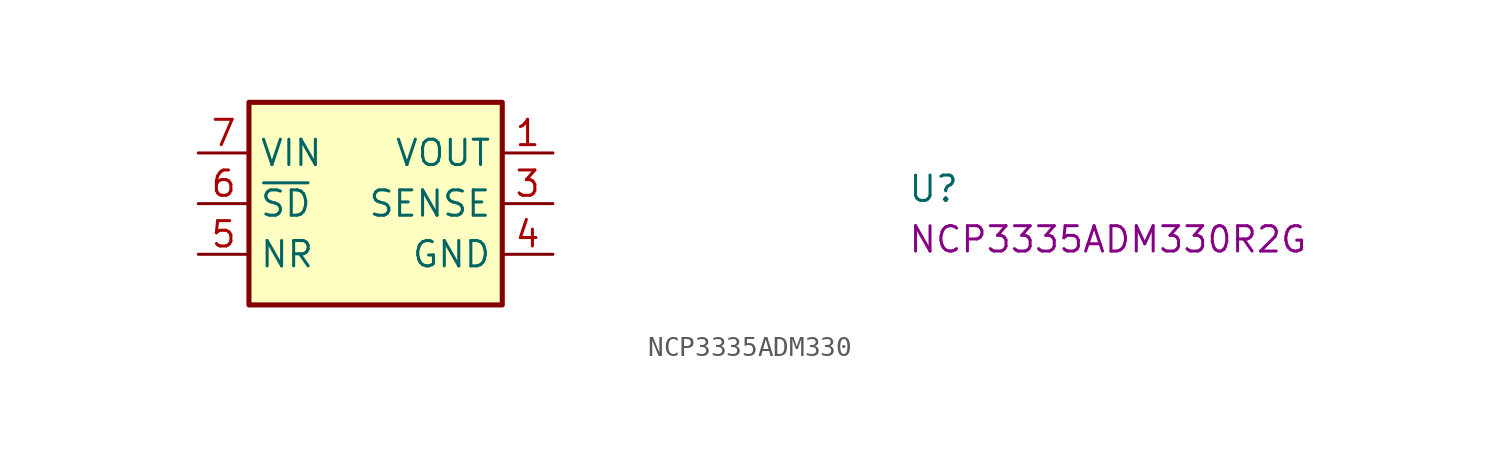
<source format=kicad_sym>
(kicad_symbol_lib
  (version 20220914)
  (generator kicad_symbol_editor)
  (symbol "NCP3335ADM330"
    (property "Reference" "U"
      (at 35.56 -2.54 0)
      (effects (font (size 1.27 1.27) (thickness 0.15)) (justify left bottom)))
    (property "MPN" "NCP3335ADM330R2G"
      (at 35.56 -5.08 0)
      (effects (font (size 1.27 1.27) (thickness 0.15)) (justify left bottom)))
    (symbol "NCP3335ADM330_1_1"
      (rectangle (start 2.54 2.54) (end 15.24 -7.62) (stroke (width 0.254) (type default)) (fill (type background)))
      (pin power_out line (at 17.78 0 180) (length 2.54) (name "VOUT" (effects (font (size 1.27 1.27)))) (number "1" (effects (font (size 1.27 1.27)))))
      (pin passive line (at 17.78 0 180) (length 2.54) hide (name "VOUT" (effects (font (size 1.27 1.27)))) (number "2" (effects (font (size 1.27 1.27)))))
      (pin passive line (at 17.78 -2.54 180) (length 2.54) (name "SENSE" (effects (font (size 1.27 1.27)))) (number "3" (effects (font (size 1.27 1.27)))))
      (pin power_in line (at 17.78 -5.08 180) (length 2.54) (name "GND" (effects (font (size 1.27 1.27)))) (number "4" (effects (font (size 1.27 1.27)))))
      (pin passive line (at 0 -5.08 0) (length 2.54) (name "NR" (effects (font (size 1.27 1.27)))) (number "5" (effects (font (size 1.27 1.27)))))
      (pin passive line (at 0 -2.54 0) (length 2.54) (name "~{SD}" (effects (font (size 1.27 1.27)))) (number "6" (effects (font (size 1.27 1.27)))))
      (pin passive line (at 0 0 0) (length 2.54) (name "VIN" (effects (font (size 1.27 1.27)))) (number "7" (effects (font (size 1.27 1.27)))))
      (pin passive line (at 0 0 0) (length 2.54) hide (name "VIN" (effects (font (size 1.27 1.27)))) (number "8" (effects (font (size 1.27 1.27))))))))
</source>
